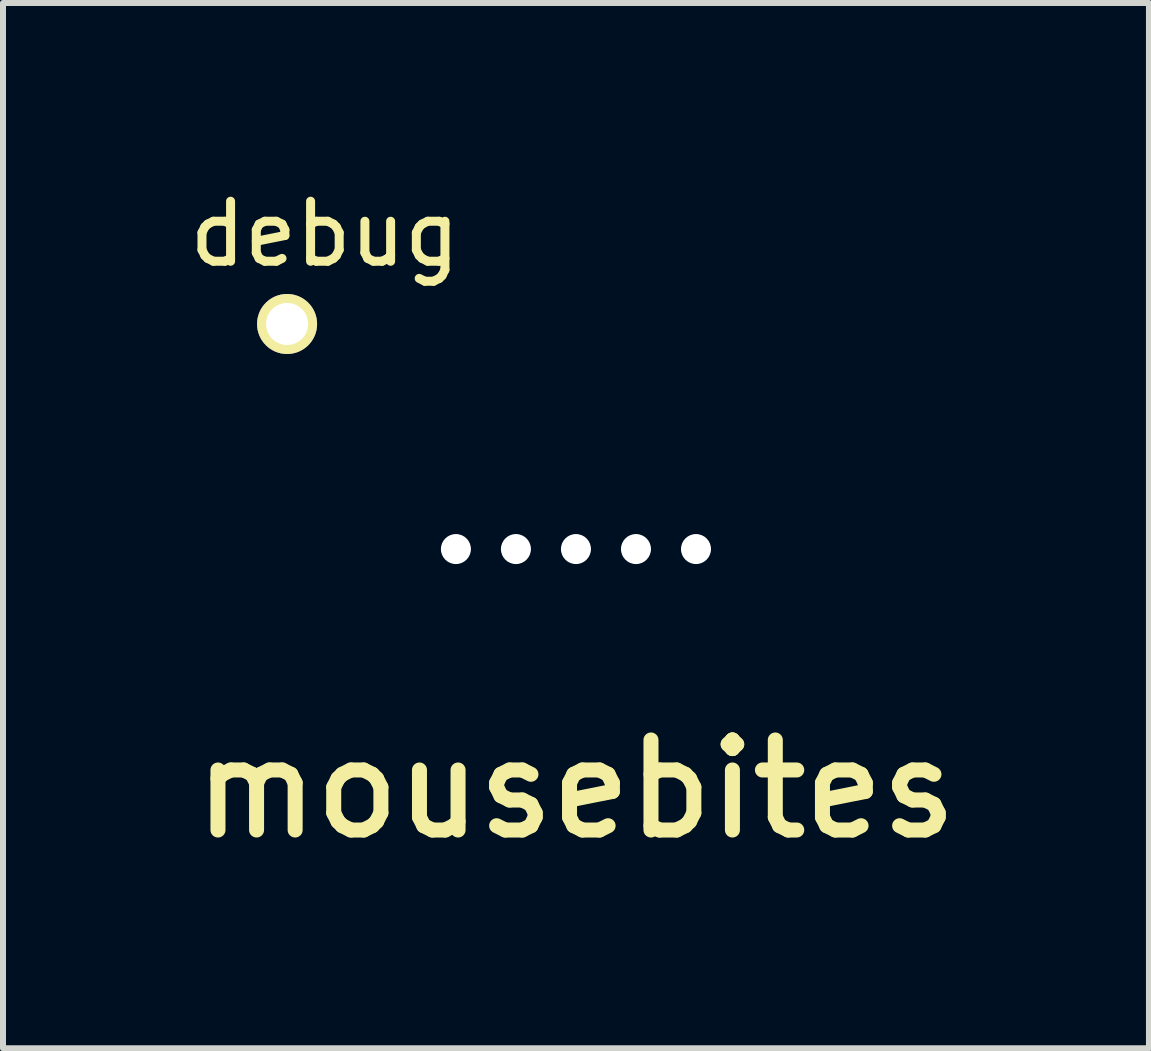
<source format=kicad_pcb>
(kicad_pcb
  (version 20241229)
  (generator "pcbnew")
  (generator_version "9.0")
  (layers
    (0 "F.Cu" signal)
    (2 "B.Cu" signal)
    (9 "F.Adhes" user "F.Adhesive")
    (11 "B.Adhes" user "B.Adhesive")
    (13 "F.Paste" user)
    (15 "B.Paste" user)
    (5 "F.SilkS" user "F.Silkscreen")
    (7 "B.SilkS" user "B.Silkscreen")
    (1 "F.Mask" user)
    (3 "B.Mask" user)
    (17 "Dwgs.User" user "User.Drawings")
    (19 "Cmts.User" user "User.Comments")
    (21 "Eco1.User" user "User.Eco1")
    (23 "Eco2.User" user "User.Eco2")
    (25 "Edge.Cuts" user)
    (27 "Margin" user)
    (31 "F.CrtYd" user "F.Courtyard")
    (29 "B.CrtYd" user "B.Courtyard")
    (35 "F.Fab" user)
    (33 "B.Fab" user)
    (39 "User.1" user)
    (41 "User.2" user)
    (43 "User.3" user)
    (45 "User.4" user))
  (footprint "mousebites"
    (layer "F.Cu")
    (at 6.546 6.098)
    (property "Reference" "mousebites" (at 0 4 0) (layer "F.SilkS") (effects (font (size 1.5 1.5) (thickness 0.25))))
    (attr through_hole)
    (pad "" np_thru_hole circle (at -2 0) (size 0.5 0.5) (drill 0.5) (layers "*.Cu"))
    (pad "" np_thru_hole circle (at -1 0) (size 0.5 0.5) (drill 0.5) (layers "*.Cu"))
    (pad "" np_thru_hole circle (at 0 0) (size 0.5 0.5) (drill 0.5) (layers "*.Cu"))
    (pad "" np_thru_hole circle (at 1 0) (size 0.5 0.5) (drill 0.5) (layers "*.Cu"))
    (pad "" np_thru_hole circle (at 2 0) (size 0.5 0.5) (drill 0.5) (layers "*.Cu")))
  (footprint "debug"
    (layer "F.Cu")
    (at 1.733 2.348)
    (property "Reference" "debug" (at 0.63 -1.5 0) (layer "F.SilkS") (effects (font (size 1 1) (thickness 0.15))))
    (attr through_hole)
    (pad "1" thru_hole circle (at 0 0) (size 1 1) (drill 0.7) (layers "*.Cu" "*.Mask" "F.SilkS")))
  (gr_rect
    (start -3 -3)
    (end 16.093 14.415)
    (stroke (width 0.1) (type default))
    (fill no)
    (layer "Edge.Cuts")))
</source>
